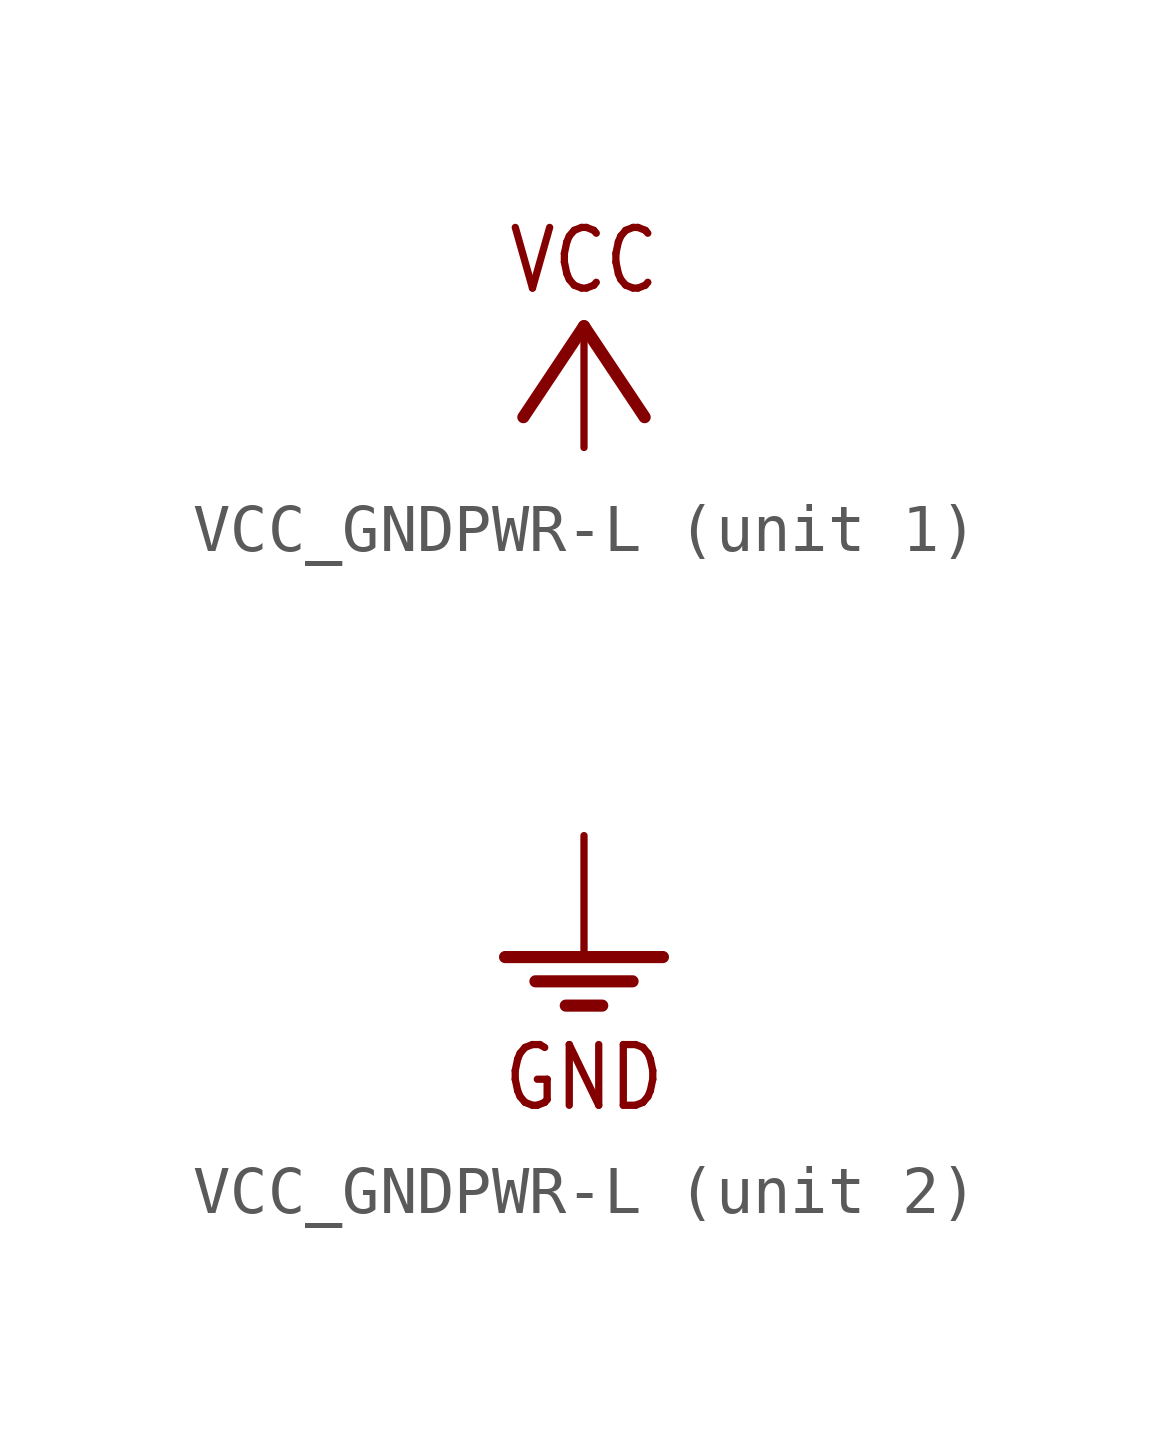
<source format=kicad_sym>
(kicad_symbol_lib
  (version 20201005)
  (generator kicad_symbol_editor)
  (symbol "VCC_GNDPWR-L"
    (property "Reference" "S"
      (at 0 0 0)
      (effects (font (size 1.27 1.27)) hide))
    (property "ki_locked" ""
      (at 0 0 0)
      (effects (font (size 1.27 1.27))))
    (symbol "VCC_GNDPWR-L_1_0"
      (text "VCC" (at 0 3.175 0) (effects (font (size 1.27 1.079)) (justify bottom)))
      (polyline (pts (xy 0 2.54) (xy -1.27 0.635)) (stroke (width 0.254)) (fill (type none)))
      (polyline (pts (xy 1.27 0.635) (xy 0 2.54)) (stroke (width 0.254)) (fill (type none)))
      (pin power_in line (at 0 0 90) (length 2.54) (name "VCC" (effects (font (size 0 0)))) (number "2" (effects (font (size 0 0))))))
    (symbol "VCC_GNDPWR-L_2_0"
      (text "GND" (at 0 -4.318 0) (effects (font (size 1.27 1.079)) (justify top)))
      (polyline (pts (xy -1.651 -2.54) (xy 1.651 -2.54)) (stroke (width 0.254)) (fill (type none)))
      (polyline (pts (xy -1.016 -3.048) (xy 1.016 -3.048)) (stroke (width 0.254)) (fill (type none)))
      (polyline (pts (xy -0.381 -3.556) (xy 0.381 -3.556)) (stroke (width 0.254)) (fill (type none)))
      (pin power_in line (at 0 0 270) (length 2.54) (name "GND" (effects (font (size 0 0)))) (number "1" (effects (font (size 0 0))))))))
</source>
